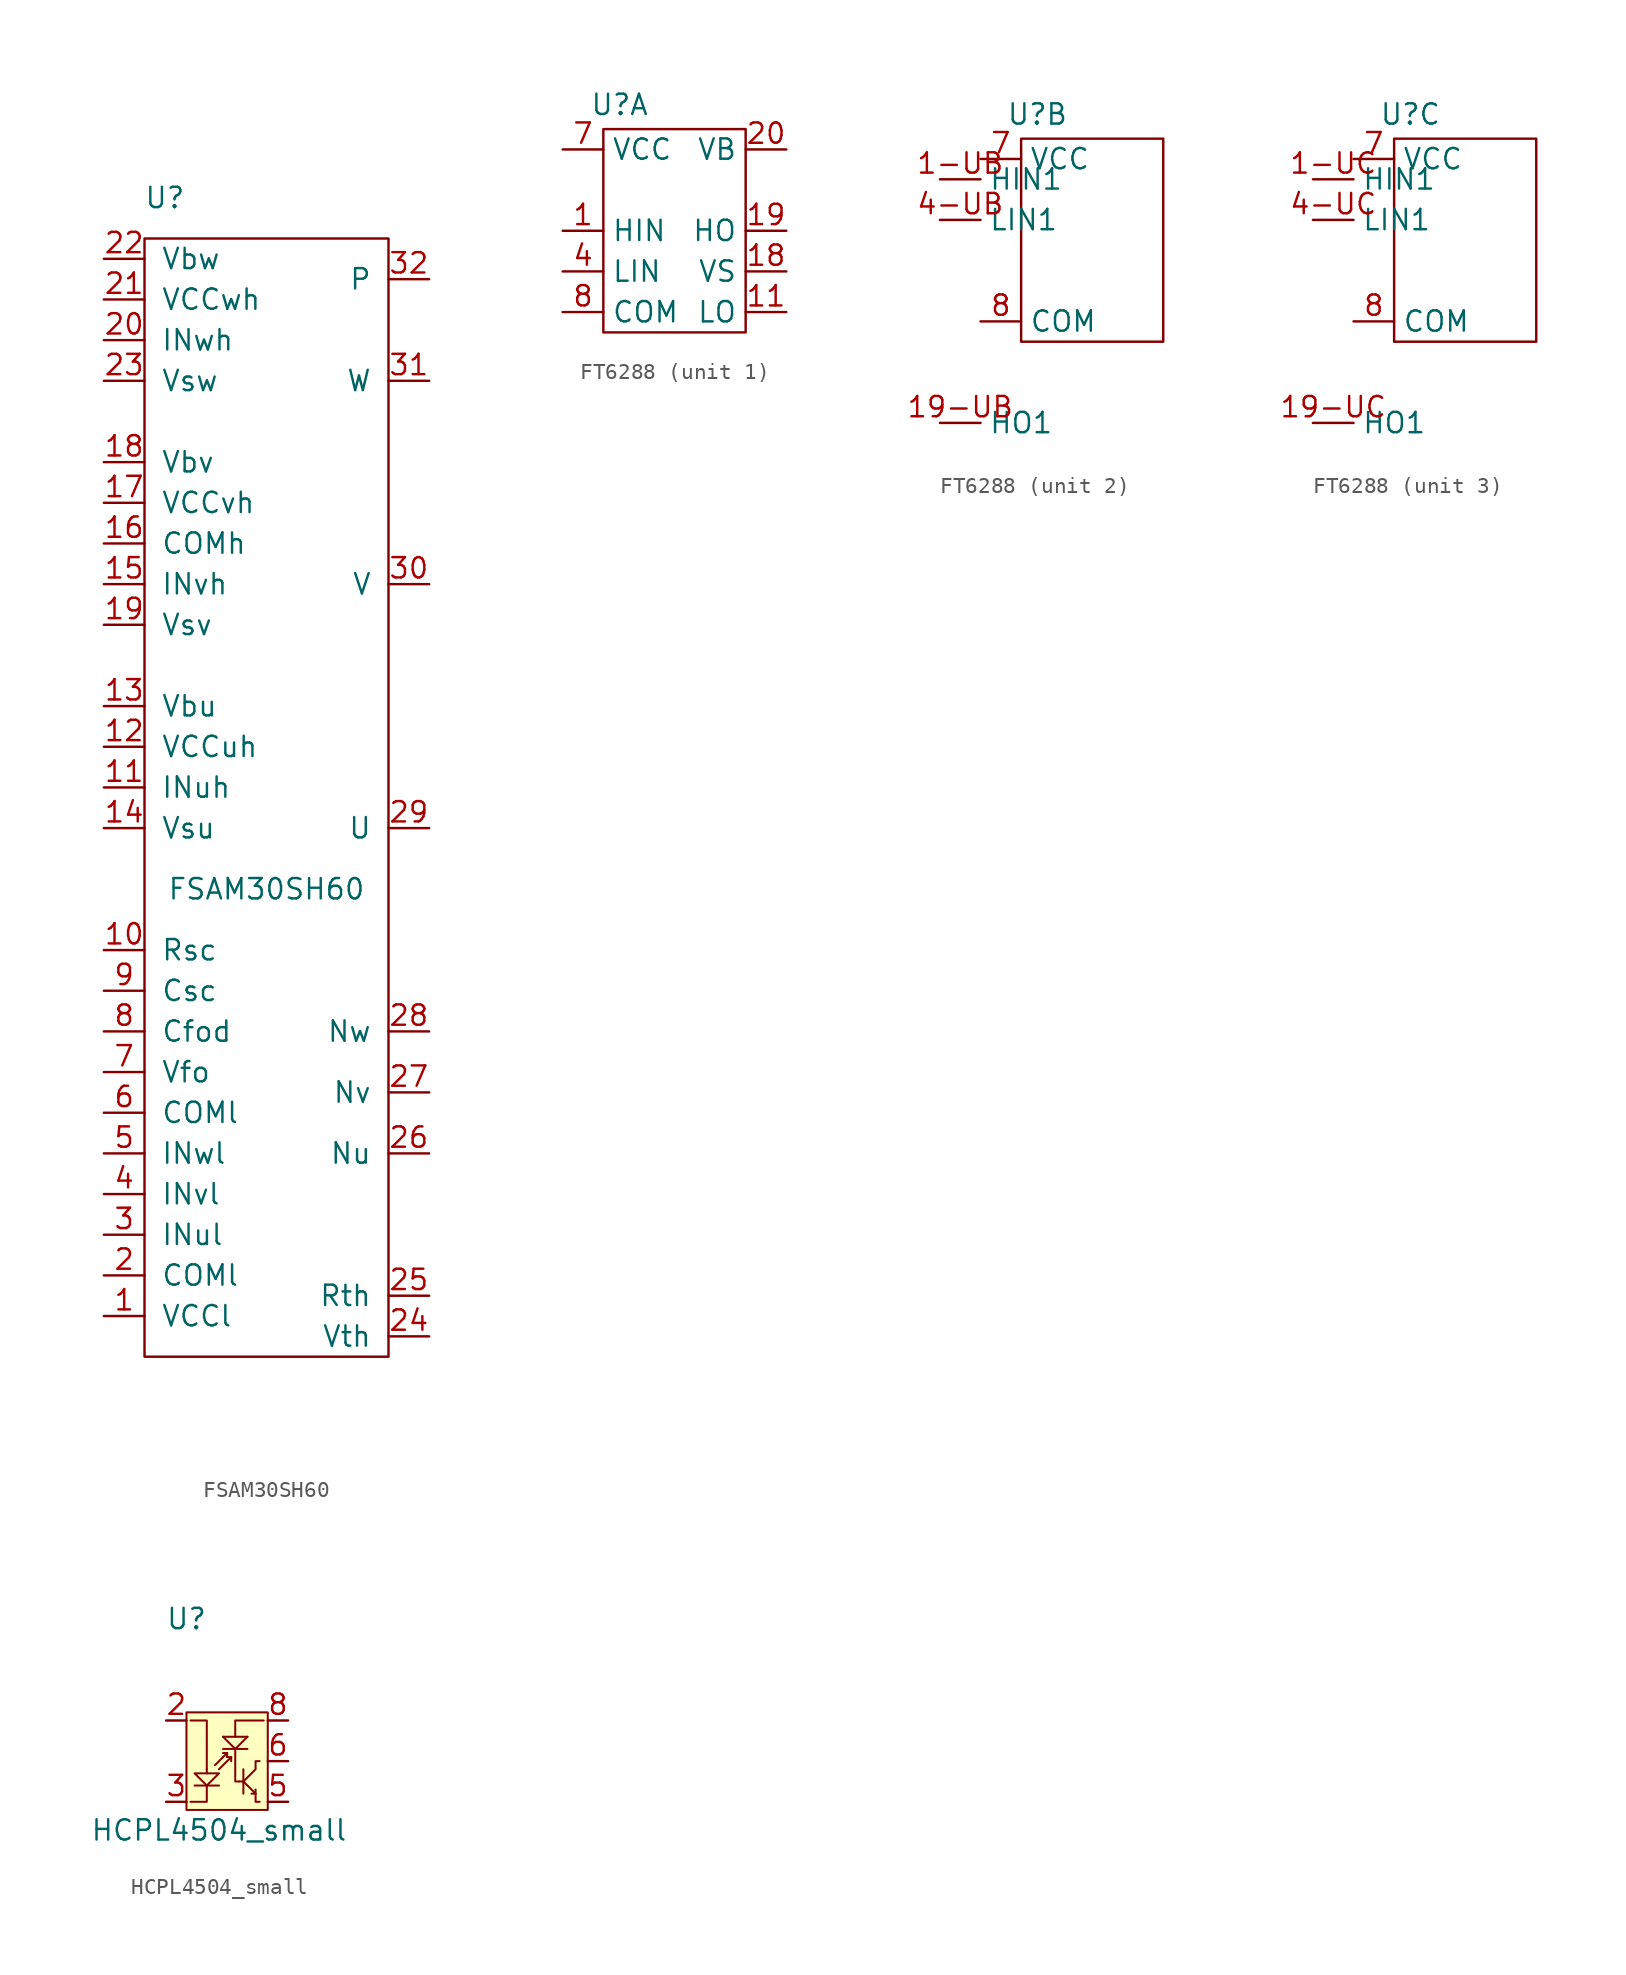
<source format=kicad_sym>
(kicad_symbol_lib
  (version 20241209)
  (generator "kicad_symbol_editor")
  (generator_version "9.0")
  (symbol "FSAM30SH60"
    (pin_names
      (offset 1.016))
    (property "Reference" "U"
      (at -6.35 39.37 0)
      (effects (font (size 1.27 1.27))))
    (property "Value" "FSAM30SH60"
      (at 0 -3.81 0)
      (effects (font (size 1.27 1.27))))
    (symbol "FSAM30SH60_0_0"
      (pin power_in line (at -10.16 5.08 0) (length 2.54) (name "VCCuh" (effects (font (size 1.27 1.27)))) (number "12" (effects (font (size 1.27 1.27)))))
      (pin input line (at -10.16 2.54 0) (length 2.54) (name "INuh" (effects (font (size 1.27 1.27)))) (number "11" (effects (font (size 1.27 1.27)))))
      (pin input line (at -10.16 0 0) (length 2.54) (name "Vsu" (effects (font (size 1.27 1.27)))) (number "14" (effects (font (size 1.27 1.27)))))
      (pin input line (at -10.16 -7.62 0) (length 2.54) (name "Rsc" (effects (font (size 1.27 1.27)))) (number "10" (effects (font (size 1.27 1.27)))))
      (pin input line (at -10.16 -10.16 0) (length 2.54) (name "Csc" (effects (font (size 1.27 1.27)))) (number "9" (effects (font (size 1.27 1.27)))))
      (pin input line (at -10.16 -12.7 0) (length 2.54) (name "Cfod" (effects (font (size 1.27 1.27)))) (number "8" (effects (font (size 1.27 1.27)))))
      (pin input line (at -10.16 -15.24 0) (length 2.54) (name "Vfo" (effects (font (size 1.27 1.27)))) (number "7" (effects (font (size 1.27 1.27)))))
      (pin input line (at -10.16 -17.78 0) (length 2.54) (name "COMl" (effects (font (size 1.27 1.27)))) (number "6" (effects (font (size 1.27 1.27)))))
      (pin input line (at -10.16 -20.32 0) (length 2.54) (name "INwl" (effects (font (size 1.27 1.27)))) (number "5" (effects (font (size 1.27 1.27)))))
      (pin input line (at -10.16 -22.86 0) (length 2.54) (name "INvl" (effects (font (size 1.27 1.27)))) (number "4" (effects (font (size 1.27 1.27)))))
      (pin input line (at -10.16 -25.4 0) (length 2.54) (name "INul" (effects (font (size 1.27 1.27)))) (number "3" (effects (font (size 1.27 1.27)))))
      (pin power_in line (at -10.16 -27.94 0) (length 2.54) (name "COMl" (effects (font (size 1.27 1.27)))) (number "2" (effects (font (size 1.27 1.27)))))
      (pin power_in line (at -10.16 -30.48 0) (length 2.54) (name "VCCl" (effects (font (size 1.27 1.27)))) (number "1" (effects (font (size 1.27 1.27)))))
      (pin power_in line (at 10.16 34.29 180) (length 2.54) (name "P" (effects (font (size 1.27 1.27)))) (number "32" (effects (font (size 1.27 1.27)))))
      (pin power_out line (at 10.16 27.94 180) (length 2.54) (name "W" (effects (font (size 1.27 1.27)))) (number "31" (effects (font (size 1.27 1.27)))))
      (pin power_out line (at 10.16 15.24 180) (length 2.54) (name "V" (effects (font (size 1.27 1.27)))) (number "30" (effects (font (size 1.27 1.27)))))
      (pin power_out line (at 10.16 0 180) (length 2.54) (name "U" (effects (font (size 1.27 1.27)))) (number "29" (effects (font (size 1.27 1.27)))))
      (pin open_emitter line (at 10.16 -12.7 180) (length 2.54) (name "Nw" (effects (font (size 1.27 1.27)))) (number "28" (effects (font (size 1.27 1.27)))))
      (pin open_emitter line (at 10.16 -16.51 180) (length 2.54) (name "Nv" (effects (font (size 1.27 1.27)))) (number "27" (effects (font (size 1.27 1.27)))))
      (pin open_emitter line (at 10.16 -20.32 180) (length 2.54) (name "Nu" (effects (font (size 1.27 1.27)))) (number "26" (effects (font (size 1.27 1.27)))))
      (pin input line (at 10.16 -29.21 180) (length 2.54) (name "Rth" (effects (font (size 1.27 1.27)))) (number "25" (effects (font (size 1.27 1.27)))))
      (pin input line (at 10.16 -31.75 180) (length 2.54) (name "Vth" (effects (font (size 1.27 1.27)))) (number "24" (effects (font (size 1.27 1.27))))))
    (symbol "FSAM30SH60_0_1"
      (rectangle (start -7.62 36.83) (end 7.62 -33.02) (stroke (width 0) (type solid)) (fill (type none))))
    (symbol "FSAM30SH60_1_1"
      (pin input line (at -10.16 35.56 0) (length 2.54) (name "Vbw" (effects (font (size 1.27 1.27)))) (number "22" (effects (font (size 1.27 1.27)))))
      (pin power_in line (at -10.16 33.02 0) (length 2.54) (name "VCCwh" (effects (font (size 1.27 1.27)))) (number "21" (effects (font (size 1.27 1.27)))))
      (pin input line (at -10.16 30.48 0) (length 2.54) (name "INwh" (effects (font (size 1.27 1.27)))) (number "20" (effects (font (size 1.27 1.27)))))
      (pin input line (at -10.16 27.94 0) (length 2.54) (name "Vsw" (effects (font (size 1.27 1.27)))) (number "23" (effects (font (size 1.27 1.27)))))
      (pin input line (at -10.16 22.86 0) (length 2.54) (name "Vbv" (effects (font (size 1.27 1.27)))) (number "18" (effects (font (size 1.27 1.27)))))
      (pin power_in line (at -10.16 20.32 0) (length 2.54) (name "VCCvh" (effects (font (size 1.27 1.27)))) (number "17" (effects (font (size 1.27 1.27)))))
      (pin power_in line (at -10.16 17.78 0) (length 2.54) (name "COMh" (effects (font (size 1.27 1.27)))) (number "16" (effects (font (size 1.27 1.27)))))
      (pin input line (at -10.16 15.24 0) (length 2.54) (name "INvh" (effects (font (size 1.27 1.27)))) (number "15" (effects (font (size 1.27 1.27)))))
      (pin power_in line (at -10.16 12.7 0) (length 2.54) (name "Vsv" (effects (font (size 1.27 1.27)))) (number "19" (effects (font (size 1.27 1.27)))))
      (pin input line (at -10.16 7.62 0) (length 2.54) (name "Vbu" (effects (font (size 1.27 1.27)))) (number "13" (effects (font (size 1.27 1.27)))))))
  (symbol "FT6288"
    (property "Reference" "U"
      (at -2.794 10.414 0)
      (effects (font (size 1.27 1.27))))
    (property "Value" ""
      (at 0 0 0)
      (effects (font (size 1.27 1.27))))
    (symbol "FT6288_0_1"
      (rectangle (start -3.81 8.89) (end 5.08 -3.81) (stroke (width 0) (type default)) (fill (type none)))
      (pin power_in line (at -6.35 7.62 0) (length 2.54) (name "VCC" (effects (font (size 1.27 1.27)))) (number "7" (effects (font (size 1.27 1.27)))))
      (pin power_in line (at -6.35 -2.54 0) (length 2.54) (name "COM" (effects (font (size 1.27 1.27)))) (number "8" (effects (font (size 1.27 1.27))))))
    (symbol "FT6288_1_1"
      (pin input line (at -6.35 2.54 0) (length 2.54) (name "HIN" (effects (font (size 1.27 1.27)))) (number "1" (effects (font (size 1.27 1.27)))))
      (pin input line (at -6.35 0 0) (length 2.54) (name "LIN" (effects (font (size 1.27 1.27)))) (number "4" (effects (font (size 1.27 1.27)))))
      (pin output line (at 7.62 7.62 180) (length 2.54) (name "VB" (effects (font (size 1.27 1.27)))) (number "20" (effects (font (size 1.27 1.27)))))
      (pin output line (at 7.62 2.54 180) (length 2.54) (name "HO" (effects (font (size 1.27 1.27)))) (number "19" (effects (font (size 1.27 1.27)))))
      (pin input line (at 7.62 0 180) (length 2.54) (name "VS" (effects (font (size 1.27 1.27)))) (number "18" (effects (font (size 1.27 1.27)))))
      (pin output line (at 7.62 -2.54 180) (length 2.54) (name "LO" (effects (font (size 1.27 1.27)))) (number "11" (effects (font (size 1.27 1.27))))))
    (symbol "FT6288_2_1"
      (pin input line (at -8.89 6.35 0) (length 2.54) (name "HIN1" (effects (font (size 1.27 1.27)))) (number "1-UB" (effects (font (size 1.27 1.27)))))
      (pin input line (at -8.89 3.81 0) (length 2.54) (name "LIN1" (effects (font (size 1.27 1.27)))) (number "4-UB" (effects (font (size 1.27 1.27)))))
      (pin output line (at -8.89 -8.89 0) (length 2.54) (name "HO1" (effects (font (size 1.27 1.27)))) (number "19-UB" (effects (font (size 1.27 1.27))))))
    (symbol "FT6288_3_1"
      (pin input line (at -8.89 6.35 0) (length 2.54) (name "HIN1" (effects (font (size 1.27 1.27)))) (number "1-UC" (effects (font (size 1.27 1.27)))))
      (pin input line (at -8.89 3.81 0) (length 2.54) (name "LIN1" (effects (font (size 1.27 1.27)))) (number "4-UC" (effects (font (size 1.27 1.27)))))
      (pin output line (at -8.89 -8.89 0) (length 2.54) (name "HO1" (effects (font (size 1.27 1.27)))) (number "19-UC" (effects (font (size 1.27 1.27)))))))
  (symbol "HCPL4504_small"
    (pin_names
      (offset 1.016))
    (property "Reference" "U"
      (at -2.286 8.89 0)
      (effects (font (size 1.27 1.27))))
    (property "Value" "HCPL4504_small"
      (at -0.254 -4.318 0)
      (effects (font (size 1.27 1.27))))
    (symbol "HCPL4504_small_0_1"
      (polyline (pts (xy -1.778 -1.524) (xy -0.254 -1.524)) (stroke (width 0.127) (type solid)) (fill (type none)))
      (polyline (pts (xy -1.016 -0.508) (xy -1.016 2.54) (xy -2.032 2.54)) (stroke (width 0.127) (type solid)) (fill (type none)))
      (polyline (pts (xy -1.016 -0.762) (xy -1.016 -0.508)) (stroke (width 0.127) (type solid)) (fill (type none)))
      (polyline (pts (xy -1.016 -1.524) (xy -1.016 -2.54) (xy -2.032 -2.54)) (stroke (width 0.127) (type solid)) (fill (type none)))
      (polyline (pts (xy -1.016 -1.524) (xy -1.778 -0.762) (xy -0.254 -0.762) (xy -1.016 -1.524)) (stroke (width 0.127) (type solid)) (fill (type none)))
      (polyline (pts (xy -0.508 -0.254) (xy 0 0.254)) (stroke (width 0.127) (type solid)) (fill (type none)))
      (polyline (pts (xy -0.254 -0.508) (xy 0.508 0.254)) (stroke (width 0.127) (type solid)) (fill (type none)))
      (polyline (pts (xy 0 1.524) (xy 1.524 1.524)) (stroke (width 0.127) (type solid)) (fill (type none)))
      (polyline (pts (xy 0 1.524) (xy 0.762 0.762) (xy 1.524 1.524)) (stroke (width 0.127) (type solid)) (fill (type none)))
      (polyline (pts (xy 0 0.762) (xy 1.524 0.762)) (stroke (width 0.127) (type solid)) (fill (type none)))
      (polyline (pts (xy 0 0.254) (xy 0.254 0.508)) (stroke (width 0.127) (type solid)) (fill (type none)))
      (polyline (pts (xy 0.254 0.508) (xy 0 0.508)) (stroke (width 0.127) (type solid)) (fill (type none)))
      (polyline (pts (xy 0.254 0.508) (xy 0.254 0.254)) (stroke (width 0.127) (type solid)) (fill (type none)))
      (polyline (pts (xy 0.508 0.254) (xy 0.254 0.254)) (stroke (width 0.127) (type solid)) (fill (type none)))
      (polyline (pts (xy 0.508 0.254) (xy 0.508 0)) (stroke (width 0.127) (type solid)) (fill (type none)))
      (polyline (pts (xy 0.762 1.524) (xy 0.762 2.54) (xy 2.54 2.54)) (stroke (width 0.127) (type solid)) (fill (type none)))
      (polyline (pts (xy 0.762 0.762) (xy 0.762 -1.27) (xy 1.016 -1.27)) (stroke (width 0.127) (type solid)) (fill (type none)))
      (polyline (pts (xy 1.016 -1.27) (xy 1.27 -1.27)) (stroke (width 0.127) (type solid)) (fill (type none)))
      (polyline (pts (xy 1.27 -0.508) (xy 1.27 -2.032)) (stroke (width 0.127) (type solid)) (fill (type none)))
      (polyline (pts (xy 1.27 -1.27) (xy 2.032 -0.508) (xy 2.032 0) (xy 2.286 0)) (stroke (width 0.127) (type solid)) (fill (type none)))
      (polyline (pts (xy 1.27 -1.27) (xy 2.032 -2.032) (xy 2.032 -2.54) (xy 2.286 -2.54)) (stroke (width 0.127) (type solid)) (fill (type none)))
      (polyline (pts (xy 2.032 -2.032) (xy 1.778 -2.032)) (stroke (width 0.127) (type solid)) (fill (type none)))
      (polyline (pts (xy 2.032 -2.032) (xy 2.032 -1.778)) (stroke (width 0.127) (type solid)) (fill (type none)))
      (rectangle (start 2.794 3.048) (end -2.286 -3.048) (stroke (width 0.127) (type solid)) (fill (type background))))
    (symbol "HCPL4504_small_1_1"
      (pin no_connect line (at -4.826 6.604 0) (length 2.54) (hide yes) (name "NC" (effects (font (size 1.27 1.27)))) (number "4" (effects (font (size 1.27 1.27)))))
      (pin no_connect line (at -4.826 4.318 0) (length 2.54) (hide yes) (name "NC" (effects (font (size 1.27 1.27)))) (number "1" (effects (font (size 1.27 1.27)))))
      (pin input line (at -3.556 2.54 0) (length 1.27) (name "~" (effects (font (size 1.27 1.27)))) (number "2" (effects (font (size 1.27 1.27)))))
      (pin input line (at -3.556 -2.54 0) (length 1.27) (name "~" (effects (font (size 1.27 1.27)))) (number "3" (effects (font (size 1.27 1.27)))))
      (pin power_in line (at 4.064 2.54 180) (length 1.27) (name "~" (effects (font (size 1.27 1.27)))) (number "8" (effects (font (size 1.27 1.27)))))
      (pin open_collector line (at 4.064 0 180) (length 1.27) (name "~" (effects (font (size 1.27 1.27)))) (number "6" (effects (font (size 1.27 1.27)))))
      (pin open_emitter line (at 4.064 -2.54 180) (length 1.27) (name "~" (effects (font (size 1.27 1.27)))) (number "5" (effects (font (size 1.27 1.27)))))
      (pin no_connect line (at 7.874 6.604 180) (length 2.54) (hide yes) (name "NC" (effects (font (size 1.27 1.27)))) (number "7" (effects (font (size 1.27 1.27))))))))
</source>
